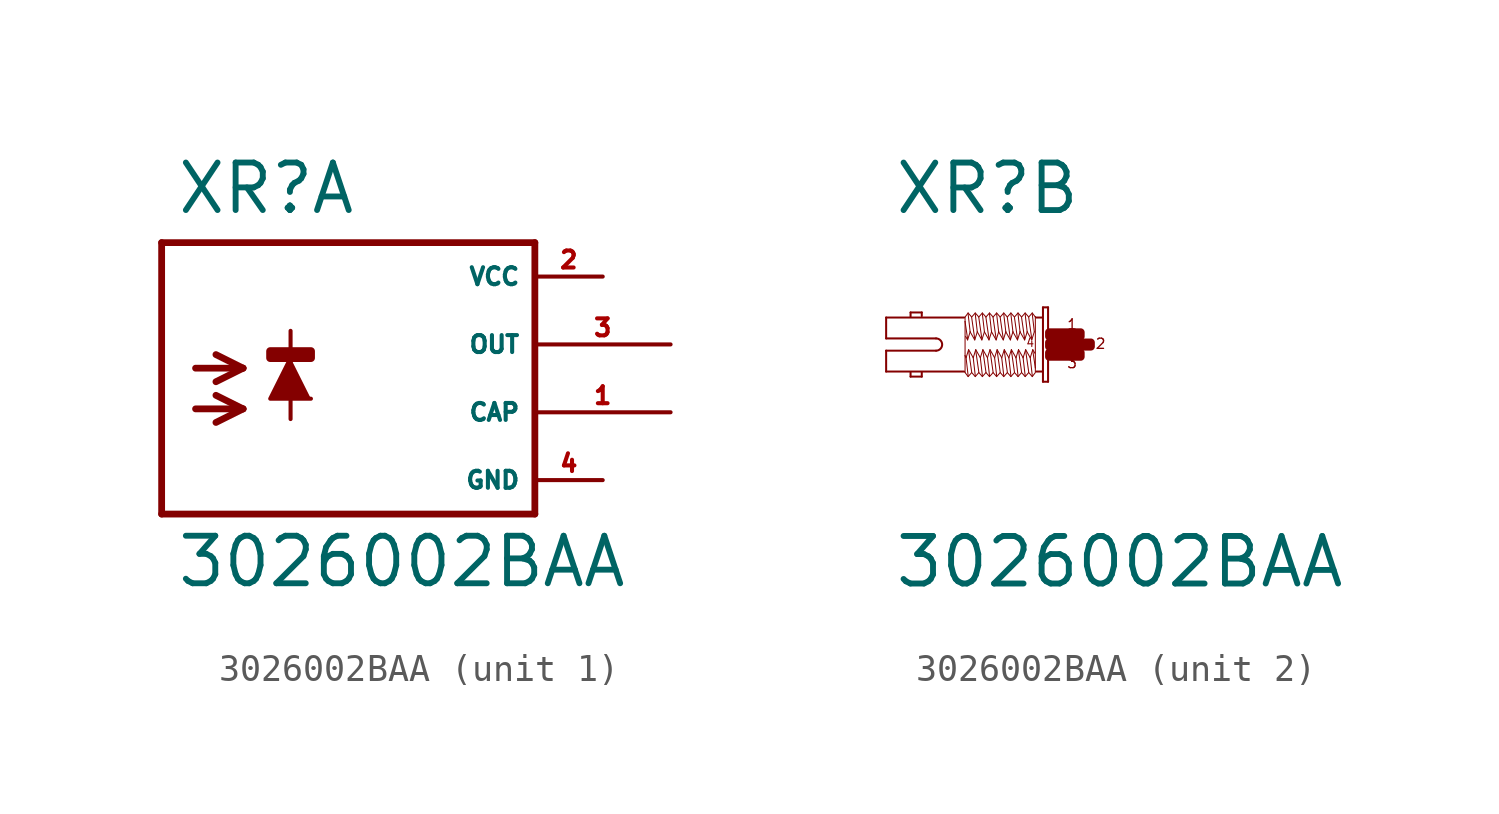
<source format=kicad_sym>
(kicad_symbol_lib
  (version 20220914)
  (generator Eagle2Kicad)
  (symbol "3026002BAA"
    (property "Reference" "XR"
      (at -5.842 4.801 0)
      (effects (font (size 1.778 1.778) (thickness 0.22)) (justify left bottom)))
    (property "Value" "3026002BAA"
      (at -5.842 -9.169 0)
      (effects (font (size 1.778 1.778) (thickness 0.22)) (justify left bottom)))
    (symbol "3026002BAA_1_0"
      (polyline (pts (xy -1.524 -0.508) (xy -2.286 -2.032) (xy -0.762 -2.032)) (stroke (width 0.152) (type default)) (fill (type outline)))
      (polyline (pts (xy -5.08 -0.889) (xy -3.302 -0.889)) (stroke (width 0.254) (type default)) (fill (type none)))
      (polyline (pts (xy -3.302 -0.889) (xy -4.318 -1.397)) (stroke (width 0.254) (type default)) (fill (type none)))
      (polyline (pts (xy -3.302 -0.889) (xy -4.318 -0.381)) (stroke (width 0.254) (type default)) (fill (type none)))
      (polyline (pts (xy -5.08 -2.413) (xy -3.302 -2.413)) (stroke (width 0.254) (type default)) (fill (type none)))
      (polyline (pts (xy -3.302 -2.413) (xy -4.318 -2.921)) (stroke (width 0.254) (type default)) (fill (type none)))
      (polyline (pts (xy -3.302 -2.413) (xy -4.318 -1.905)) (stroke (width 0.254) (type default)) (fill (type none)))
      (polyline (pts (xy -1.524 0.508) (xy -1.524 -2.794)) (stroke (width 0.152) (type default)) (fill (type none)))
      (polyline (pts (xy 7.62 3.81) (xy -6.35 3.81)) (stroke (width 0.254) (type default)) (fill (type none)))
      (polyline (pts (xy -6.35 3.81) (xy -6.35 -6.35)) (stroke (width 0.254) (type default)) (fill (type none)))
      (polyline (pts (xy -6.35 -6.35) (xy 7.62 -6.35)) (stroke (width 0.254) (type default)) (fill (type none)))
      (polyline (pts (xy 7.62 -6.35) (xy 7.62 3.81)) (stroke (width 0.254) (type default)) (fill (type none)))
      (rectangle (start -2.286 -0.508) (end -0.762 -0.254) (stroke (width 0.3) (type default)) (fill (type outline)))
      (pin unspecified line (at 10.16 2.54 180) (length 2.54) (name "VCC" (effects (font (size 0.635 0.635) (thickness 0.08)) (justify left bottom))) (number "2" (effects (font (size 0.635 0.635) (thickness 0.08)) (justify left bottom))))
      (pin unspecified line (at 10.16 -5.08 180) (length 2.54) (name "GND" (effects (font (size 0.635 0.635) (thickness 0.08)) (justify left bottom))) (number "4" (effects (font (size 0.635 0.635) (thickness 0.08)) (justify left bottom))))
      (pin output line (at 12.7 0 180) (length 5.08) (name "OUT" (effects (font (size 0.635 0.635) (thickness 0.08)) (justify left bottom))) (number "3" (effects (font (size 0.635 0.635) (thickness 0.08)) (justify left bottom))))
      (pin output line (at 12.7 -2.54 180) (length 5.08) (name "CAP" (effects (font (size 0.635 0.635) (thickness 0.08)) (justify left bottom))) (number "1" (effects (font (size 0.635 0.635) (thickness 0.08)) (justify left bottom)))))
    (symbol "3026002BAA_2_0"
      (polyline (pts (xy -0.038 1.391) (xy -0.038 -1.391)) (stroke (width 0.076) (type default)) (fill (type none)))
      (polyline (pts (xy -0.038 -1.391) (xy -0.229 -1.391)) (stroke (width 0.076) (type default)) (fill (type none)))
      (polyline (pts (xy -0.229 -1.391) (xy -0.229 1.391)) (stroke (width 0.076) (type default)) (fill (type none)))
      (polyline (pts (xy -0.229 1.391) (xy -0.038 1.391)) (stroke (width 0.076) (type default)) (fill (type none)))
      (polyline (pts (xy -0.267 1.01) (xy -0.476 1.01)) (stroke (width 0.076) (type default)) (fill (type none)))
      (polyline (pts (xy -0.267 -1.01) (xy -0.476 -1.01)) (stroke (width 0.076) (type default)) (fill (type none)))
      (polyline (pts (xy -3.181 -1.01) (xy -6.096 -1.01)) (stroke (width 0.076) (type default)) (fill (type none)))
      (polyline (pts (xy -6.096 -1.01) (xy -6.096 -0.229)) (stroke (width 0.076) (type default)) (fill (type none)))
      (polyline (pts (xy -6.096 -0.229) (xy -4.229 -0.229)) (stroke (width 0.076) (type default)) (fill (type none)))
      (polyline (pts (xy -4.229 0.229) (xy -6.096 0.229)) (stroke (width 0.076) (type default)) (fill (type none)))
      (polyline (pts (xy -6.096 0.229) (xy -6.096 1.01)) (stroke (width 0.076) (type default)) (fill (type none)))
      (polyline (pts (xy -6.096 1.01) (xy -3.181 1.01)) (stroke (width 0.076) (type default)) (fill (type none)))
      (polyline (pts (xy -4.763 -1.029) (xy -4.763 -1.2)) (stroke (width 0.076) (type default)) (fill (type none)))
      (polyline (pts (xy -4.763 -1.2) (xy -5.182 -1.2)) (stroke (width 0.076) (type default)) (fill (type none)))
      (polyline (pts (xy -5.182 -1.2) (xy -5.182 -1.048)) (stroke (width 0.076) (type default)) (fill (type none)))
      (polyline (pts (xy -4.763 1.067) (xy -4.763 1.2)) (stroke (width 0.076) (type default)) (fill (type none)))
      (polyline (pts (xy -4.763 1.2) (xy -5.182 1.2)) (stroke (width 0.076) (type default)) (fill (type none)))
      (polyline (pts (xy -5.182 1.2) (xy -5.182 1.048)) (stroke (width 0.076) (type default)) (fill (type none)))
      (polyline (pts (xy -0.514 -1.048) (xy -0.629 -1.2)) (stroke (width 0.038) (type default)) (fill (type none)))
      (polyline (pts (xy -0.629 -1.2) (xy -0.762 -1.048)) (stroke (width 0.038) (type default)) (fill (type none)))
      (polyline (pts (xy -0.762 -1.048) (xy -0.895 -1.2)) (stroke (width 0.038) (type default)) (fill (type none)))
      (polyline (pts (xy -0.895 -1.2) (xy -1.029 -1.048)) (stroke (width 0.038) (type default)) (fill (type none)))
      (polyline (pts (xy -1.029 -1.048) (xy -1.162 -1.2)) (stroke (width 0.038) (type default)) (fill (type none)))
      (polyline (pts (xy -1.162 -1.2) (xy -1.295 -1.048)) (stroke (width 0.038) (type default)) (fill (type none)))
      (polyline (pts (xy -1.295 -1.048) (xy -1.429 -1.2)) (stroke (width 0.038) (type default)) (fill (type none)))
      (polyline (pts (xy -1.429 -1.2) (xy -1.562 -1.048)) (stroke (width 0.038) (type default)) (fill (type none)))
      (polyline (pts (xy -1.562 -1.048) (xy -1.696 -1.2)) (stroke (width 0.038) (type default)) (fill (type none)))
      (polyline (pts (xy -1.696 -1.2) (xy -1.829 -1.048)) (stroke (width 0.038) (type default)) (fill (type none)))
      (polyline (pts (xy -1.829 -1.048) (xy -1.962 -1.2)) (stroke (width 0.038) (type default)) (fill (type none)))
      (polyline (pts (xy -1.962 -1.2) (xy -2.095 -1.048)) (stroke (width 0.038) (type default)) (fill (type none)))
      (polyline (pts (xy -2.095 -1.048) (xy -2.229 -1.2)) (stroke (width 0.038) (type default)) (fill (type none)))
      (polyline (pts (xy -2.229 -1.2) (xy -2.362 -1.048)) (stroke (width 0.038) (type default)) (fill (type none)))
      (polyline (pts (xy -2.362 -1.048) (xy -2.496 -1.2)) (stroke (width 0.038) (type default)) (fill (type none)))
      (polyline (pts (xy -2.496 -1.2) (xy -2.629 -1.048)) (stroke (width 0.038) (type default)) (fill (type none)))
      (polyline (pts (xy -2.629 -1.048) (xy -2.762 -1.2)) (stroke (width 0.038) (type default)) (fill (type none)))
      (polyline (pts (xy -2.762 -1.2) (xy -2.896 -1.048)) (stroke (width 0.038) (type default)) (fill (type none)))
      (polyline (pts (xy -2.896 -1.048) (xy -3.029 -1.2)) (stroke (width 0.038) (type default)) (fill (type none)))
      (polyline (pts (xy -3.029 -1.2) (xy -3.143 -1.048)) (stroke (width 0.038) (type default)) (fill (type none)))
      (polyline (pts (xy -3.143 -1.048) (xy -3.143 -0.419)) (stroke (width 0.038) (type default)) (fill (type none)))
      (polyline (pts (xy -3.143 -0.419) (xy -3.143 0.857)) (stroke (width 0.038) (type default)) (fill (type none)))
      (polyline (pts (xy -3.143 0.857) (xy -3.143 1.029)) (stroke (width 0.038) (type default)) (fill (type none)))
      (polyline (pts (xy -0.514 1.048) (xy -0.514 1.029)) (stroke (width 0.038) (type default)) (fill (type none)))
      (polyline (pts (xy -0.514 1.029) (xy -0.514 -0.876)) (stroke (width 0.038) (type default)) (fill (type none)))
      (polyline (pts (xy -0.514 -0.876) (xy -0.514 -1.029)) (stroke (width 0.038) (type default)) (fill (type none)))
      (polyline (pts (xy -0.533 -0.324) (xy -0.61 -0.191)) (stroke (width 0.038) (type default)) (fill (type none)))
      (polyline (pts (xy -0.61 -0.191) (xy -0.705 -0.495)) (stroke (width 0.038) (type default)) (fill (type none)))
      (polyline (pts (xy -0.705 -0.495) (xy -0.876 -0.191)) (stroke (width 0.038) (type default)) (fill (type none)))
      (polyline (pts (xy -0.876 -0.191) (xy -0.972 -0.495)) (stroke (width 0.038) (type default)) (fill (type none)))
      (polyline (pts (xy -0.972 -0.495) (xy -1.143 -0.191)) (stroke (width 0.038) (type default)) (fill (type none)))
      (polyline (pts (xy -1.143 -0.191) (xy -1.238 -0.495)) (stroke (width 0.038) (type default)) (fill (type none)))
      (polyline (pts (xy -1.238 -0.495) (xy -1.41 -0.191)) (stroke (width 0.038) (type default)) (fill (type none)))
      (polyline (pts (xy -1.41 -0.191) (xy -1.505 -0.495)) (stroke (width 0.038) (type default)) (fill (type none)))
      (polyline (pts (xy -1.505 -0.495) (xy -1.676 -0.191)) (stroke (width 0.038) (type default)) (fill (type none)))
      (polyline (pts (xy -1.676 -0.191) (xy -1.772 -0.495)) (stroke (width 0.038) (type default)) (fill (type none)))
      (polyline (pts (xy -1.772 -0.495) (xy -1.943 -0.191)) (stroke (width 0.038) (type default)) (fill (type none)))
      (polyline (pts (xy -1.943 -0.191) (xy -2.038 -0.495)) (stroke (width 0.038) (type default)) (fill (type none)))
      (polyline (pts (xy -2.038 -0.495) (xy -2.21 -0.191)) (stroke (width 0.038) (type default)) (fill (type none)))
      (polyline (pts (xy -2.21 -0.191) (xy -2.305 -0.495)) (stroke (width 0.038) (type default)) (fill (type none)))
      (polyline (pts (xy -2.305 -0.495) (xy -2.477 -0.191)) (stroke (width 0.038) (type default)) (fill (type none)))
      (polyline (pts (xy -2.477 -0.191) (xy -2.572 -0.495)) (stroke (width 0.038) (type default)) (fill (type none)))
      (polyline (pts (xy -2.572 -0.495) (xy -2.743 -0.191)) (stroke (width 0.038) (type default)) (fill (type none)))
      (polyline (pts (xy -2.743 -0.191) (xy -2.838 -0.495)) (stroke (width 0.038) (type default)) (fill (type none)))
      (polyline (pts (xy -2.838 -0.495) (xy -3.01 -0.191)) (stroke (width 0.038) (type default)) (fill (type none)))
      (polyline (pts (xy -3.01 -0.191) (xy -3.105 -0.495)) (stroke (width 0.038) (type default)) (fill (type none)))
      (polyline (pts (xy -3.105 -0.495) (xy -3.143 -0.419)) (stroke (width 0.038) (type default)) (fill (type none)))
      (polyline (pts (xy -3.029 -1.162) (xy -3.105 -0.495)) (stroke (width 0.038) (type default)) (fill (type none)))
      (polyline (pts (xy -2.896 -1.029) (xy -3.01 -0.229)) (stroke (width 0.038) (type default)) (fill (type none)))
      (polyline (pts (xy -2.762 -1.162) (xy -2.838 -0.495)) (stroke (width 0.038) (type default)) (fill (type none)))
      (polyline (pts (xy -2.629 -1.029) (xy -2.743 -0.229)) (stroke (width 0.038) (type default)) (fill (type none)))
      (polyline (pts (xy -2.496 -1.162) (xy -2.572 -0.495)) (stroke (width 0.038) (type default)) (fill (type none)))
      (polyline (pts (xy -2.362 -1.029) (xy -2.477 -0.229)) (stroke (width 0.038) (type default)) (fill (type none)))
      (polyline (pts (xy -2.229 -1.162) (xy -2.305 -0.495)) (stroke (width 0.038) (type default)) (fill (type none)))
      (polyline (pts (xy -2.095 -1.029) (xy -2.21 -0.229)) (stroke (width 0.038) (type default)) (fill (type none)))
      (polyline (pts (xy -1.962 -1.162) (xy -2.038 -0.495)) (stroke (width 0.038) (type default)) (fill (type none)))
      (polyline (pts (xy -1.829 -1.029) (xy -1.943 -0.229)) (stroke (width 0.038) (type default)) (fill (type none)))
      (polyline (pts (xy -1.696 -1.162) (xy -1.772 -0.495)) (stroke (width 0.038) (type default)) (fill (type none)))
      (polyline (pts (xy -1.562 -1.029) (xy -1.676 -0.229)) (stroke (width 0.038) (type default)) (fill (type none)))
      (polyline (pts (xy -1.429 -1.162) (xy -1.505 -0.495)) (stroke (width 0.038) (type default)) (fill (type none)))
      (polyline (pts (xy -1.295 -1.029) (xy -1.41 -0.229)) (stroke (width 0.038) (type default)) (fill (type none)))
      (polyline (pts (xy -1.162 -1.162) (xy -1.238 -0.495)) (stroke (width 0.038) (type default)) (fill (type none)))
      (polyline (pts (xy -1.029 -1.029) (xy -1.143 -0.229)) (stroke (width 0.038) (type default)) (fill (type none)))
      (polyline (pts (xy -0.895 -1.162) (xy -0.972 -0.495)) (stroke (width 0.038) (type default)) (fill (type none)))
      (polyline (pts (xy -0.762 -1.029) (xy -0.876 -0.229)) (stroke (width 0.038) (type default)) (fill (type none)))
      (polyline (pts (xy -0.629 -1.162) (xy -0.705 -0.495)) (stroke (width 0.038) (type default)) (fill (type none)))
      (polyline (pts (xy -0.514 -0.876) (xy -0.61 -0.229)) (stroke (width 0.038) (type default)) (fill (type none)))
      (polyline (pts (xy -3.143 1.029) (xy -3.029 1.181)) (stroke (width 0.038) (type default)) (fill (type none)))
      (polyline (pts (xy -3.029 1.181) (xy -2.896 1.029)) (stroke (width 0.038) (type default)) (fill (type none)))
      (polyline (pts (xy -2.896 1.029) (xy -2.762 1.181)) (stroke (width 0.038) (type default)) (fill (type none)))
      (polyline (pts (xy -2.762 1.181) (xy -2.629 1.029)) (stroke (width 0.038) (type default)) (fill (type none)))
      (polyline (pts (xy -2.629 1.029) (xy -2.496 1.181)) (stroke (width 0.038) (type default)) (fill (type none)))
      (polyline (pts (xy -2.496 1.181) (xy -2.362 1.029)) (stroke (width 0.038) (type default)) (fill (type none)))
      (polyline (pts (xy -2.362 1.029) (xy -2.229 1.181)) (stroke (width 0.038) (type default)) (fill (type none)))
      (polyline (pts (xy -2.229 1.181) (xy -2.095 1.029)) (stroke (width 0.038) (type default)) (fill (type none)))
      (polyline (pts (xy -2.095 1.029) (xy -1.962 1.181)) (stroke (width 0.038) (type default)) (fill (type none)))
      (polyline (pts (xy -1.962 1.181) (xy -1.829 1.029)) (stroke (width 0.038) (type default)) (fill (type none)))
      (polyline (pts (xy -1.829 1.029) (xy -1.696 1.181)) (stroke (width 0.038) (type default)) (fill (type none)))
      (polyline (pts (xy -1.696 1.181) (xy -1.562 1.029)) (stroke (width 0.038) (type default)) (fill (type none)))
      (polyline (pts (xy -1.562 1.029) (xy -1.429 1.181)) (stroke (width 0.038) (type default)) (fill (type none)))
      (polyline (pts (xy -1.429 1.181) (xy -1.295 1.029)) (stroke (width 0.038) (type default)) (fill (type none)))
      (polyline (pts (xy -1.295 1.029) (xy -1.162 1.181)) (stroke (width 0.038) (type default)) (fill (type none)))
      (polyline (pts (xy -1.162 1.181) (xy -1.029 1.029)) (stroke (width 0.038) (type default)) (fill (type none)))
      (polyline (pts (xy -1.029 1.029) (xy -0.895 1.181)) (stroke (width 0.038) (type default)) (fill (type none)))
      (polyline (pts (xy -0.895 1.181) (xy -0.762 1.029)) (stroke (width 0.038) (type default)) (fill (type none)))
      (polyline (pts (xy -0.762 1.029) (xy -0.629 1.181)) (stroke (width 0.038) (type default)) (fill (type none)))
      (polyline (pts (xy -0.629 1.181) (xy -0.514 1.029)) (stroke (width 0.038) (type default)) (fill (type none)))
      (polyline (pts (xy -3.124 0.305) (xy -3.048 0.172)) (stroke (width 0.038) (type default)) (fill (type none)))
      (polyline (pts (xy -3.048 0.172) (xy -2.953 0.476)) (stroke (width 0.038) (type default)) (fill (type none)))
      (polyline (pts (xy -2.953 0.476) (xy -2.781 0.172)) (stroke (width 0.038) (type default)) (fill (type none)))
      (polyline (pts (xy -2.781 0.172) (xy -2.686 0.476)) (stroke (width 0.038) (type default)) (fill (type none)))
      (polyline (pts (xy -2.686 0.476) (xy -2.515 0.172)) (stroke (width 0.038) (type default)) (fill (type none)))
      (polyline (pts (xy -2.515 0.172) (xy -2.419 0.476)) (stroke (width 0.038) (type default)) (fill (type none)))
      (polyline (pts (xy -2.419 0.476) (xy -2.248 0.172)) (stroke (width 0.038) (type default)) (fill (type none)))
      (polyline (pts (xy -2.248 0.172) (xy -2.153 0.476)) (stroke (width 0.038) (type default)) (fill (type none)))
      (polyline (pts (xy -2.153 0.476) (xy -1.981 0.172)) (stroke (width 0.038) (type default)) (fill (type none)))
      (polyline (pts (xy -1.981 0.172) (xy -1.886 0.476)) (stroke (width 0.038) (type default)) (fill (type none)))
      (polyline (pts (xy -1.886 0.476) (xy -1.714 0.172)) (stroke (width 0.038) (type default)) (fill (type none)))
      (polyline (pts (xy -1.714 0.172) (xy -1.619 0.476)) (stroke (width 0.038) (type default)) (fill (type none)))
      (polyline (pts (xy -1.619 0.476) (xy -1.448 0.172)) (stroke (width 0.038) (type default)) (fill (type none)))
      (polyline (pts (xy -1.448 0.172) (xy -1.353 0.476)) (stroke (width 0.038) (type default)) (fill (type none)))
      (polyline (pts (xy -1.353 0.476) (xy -1.181 0.172)) (stroke (width 0.038) (type default)) (fill (type none)))
      (polyline (pts (xy -1.181 0.172) (xy -1.086 0.476)) (stroke (width 0.038) (type default)) (fill (type none)))
      (polyline (pts (xy -1.086 0.476) (xy -0.914 0.172)) (stroke (width 0.038) (type default)) (fill (type none)))
      (polyline (pts (xy -0.914 0.172) (xy -0.819 0.476)) (stroke (width 0.038) (type default)) (fill (type none)))
      (polyline (pts (xy -0.819 0.476) (xy -0.648 0.172)) (stroke (width 0.038) (type default)) (fill (type none)))
      (polyline (pts (xy -0.648 0.172) (xy -0.552 0.476)) (stroke (width 0.038) (type default)) (fill (type none)))
      (polyline (pts (xy -0.629 1.143) (xy -0.552 0.476)) (stroke (width 0.038) (type default)) (fill (type none)))
      (polyline (pts (xy -0.762 1.01) (xy -0.648 0.21)) (stroke (width 0.038) (type default)) (fill (type none)))
      (polyline (pts (xy -0.895 1.143) (xy -0.819 0.476)) (stroke (width 0.038) (type default)) (fill (type none)))
      (polyline (pts (xy -1.029 1.01) (xy -0.914 0.21)) (stroke (width 0.038) (type default)) (fill (type none)))
      (polyline (pts (xy -1.162 1.143) (xy -1.086 0.476)) (stroke (width 0.038) (type default)) (fill (type none)))
      (polyline (pts (xy -1.295 1.01) (xy -1.181 0.21)) (stroke (width 0.038) (type default)) (fill (type none)))
      (polyline (pts (xy -1.429 1.143) (xy -1.353 0.476)) (stroke (width 0.038) (type default)) (fill (type none)))
      (polyline (pts (xy -1.562 1.01) (xy -1.448 0.21)) (stroke (width 0.038) (type default)) (fill (type none)))
      (polyline (pts (xy -1.696 1.143) (xy -1.619 0.476)) (stroke (width 0.038) (type default)) (fill (type none)))
      (polyline (pts (xy -1.829 1.01) (xy -1.714 0.21)) (stroke (width 0.038) (type default)) (fill (type none)))
      (polyline (pts (xy -1.962 1.143) (xy -1.886 0.476)) (stroke (width 0.038) (type default)) (fill (type none)))
      (polyline (pts (xy -2.095 1.01) (xy -1.981 0.21)) (stroke (width 0.038) (type default)) (fill (type none)))
      (polyline (pts (xy -2.229 1.143) (xy -2.153 0.476)) (stroke (width 0.038) (type default)) (fill (type none)))
      (polyline (pts (xy -2.362 1.01) (xy -2.248 0.21)) (stroke (width 0.038) (type default)) (fill (type none)))
      (polyline (pts (xy -2.496 1.143) (xy -2.419 0.476)) (stroke (width 0.038) (type default)) (fill (type none)))
      (polyline (pts (xy -2.629 1.01) (xy -2.515 0.21)) (stroke (width 0.038) (type default)) (fill (type none)))
      (polyline (pts (xy -2.762 1.143) (xy -2.686 0.476)) (stroke (width 0.038) (type default)) (fill (type none)))
      (polyline (pts (xy -2.896 1.01) (xy -2.781 0.21)) (stroke (width 0.038) (type default)) (fill (type none)))
      (polyline (pts (xy -3.029 1.143) (xy -2.953 0.476)) (stroke (width 0.038) (type default)) (fill (type none)))
      (polyline (pts (xy -3.143 0.857) (xy -3.048 0.21)) (stroke (width 0.038) (type default)) (fill (type none)))
      (arc (start -4.2291 -0.2286) (mid -4.001 0.000) (end -4.2291 0.2286) (stroke (width 0.0762) (type default)) (fill (type none)))
      (text "1" (at 0.648 0.533 0) (effects (font (size 0.381 0.381) (thickness 0.05)) (justify left bottom)))
      (text "3" (at 0.648 -0.914 0) (effects (font (size 0.381 0.381) (thickness 0.05)) (justify left bottom)))
      (text "2" (at 1.714 -0.191 0) (effects (font (size 0.381 0.381) (thickness 0.05)) (justify left bottom)))
      (text "4" (at -0.876 -0.114 0) (effects (font (size 0.305 0.305) (thickness 0.04)) (justify left bottom)))
      (rectangle (start 0.762 -0.076) (end 1.562 0.076) (stroke (width 0.3) (type default)) (fill (type outline)))
      (rectangle (start 0 -0.076) (end 0.495 0.076) (stroke (width 0.3) (type default)) (fill (type outline)))
      (rectangle (start 0 0.305) (end 0.876 0.457) (stroke (width 0.3) (type default)) (fill (type outline)))
      (rectangle (start 0 -0.457) (end 0.876 -0.305) (stroke (width 0.3) (type default)) (fill (type outline)))
      (rectangle (start 0.838 -0.457) (end 1.181 -0.305) (stroke (width 0.3) (type default)) (fill (type outline)))
      (rectangle (start 0.457 -0.076) (end 0.8 0.076) (stroke (width 0.3) (type default)) (fill (type outline)))
      (rectangle (start 0.838 0.305) (end 1.181 0.457) (stroke (width 0.3) (type default)) (fill (type outline))))))
</source>
